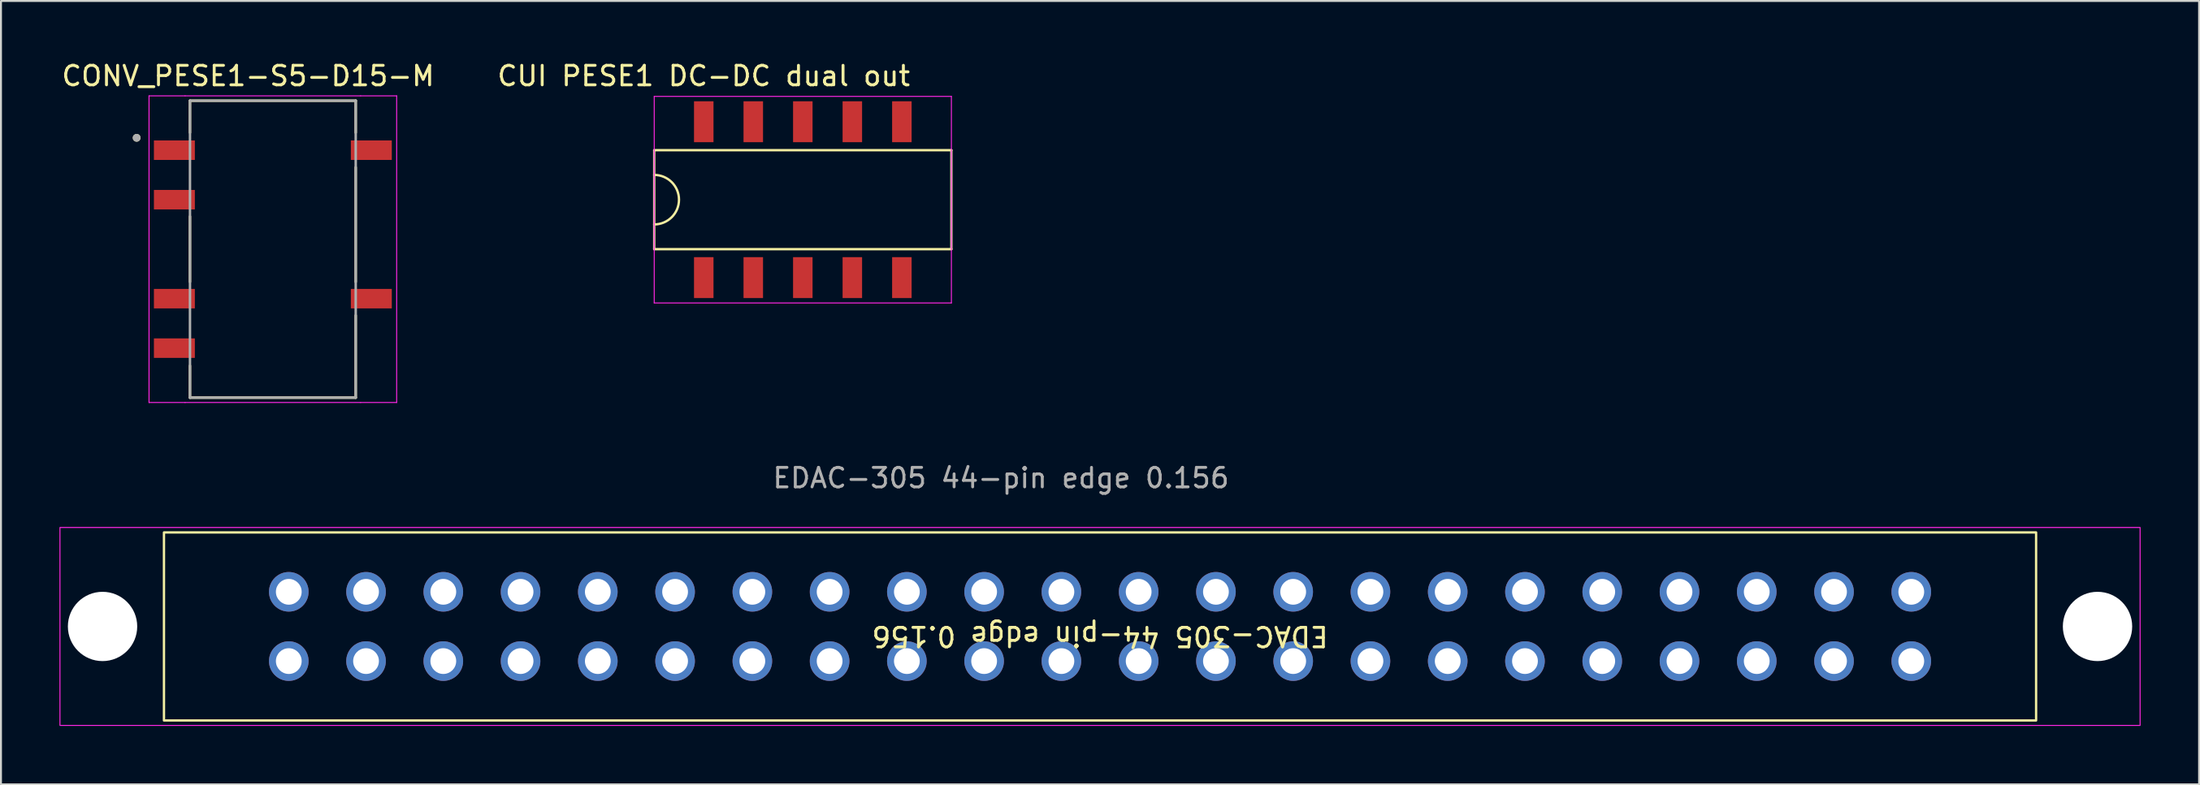
<source format=kicad_pcb>
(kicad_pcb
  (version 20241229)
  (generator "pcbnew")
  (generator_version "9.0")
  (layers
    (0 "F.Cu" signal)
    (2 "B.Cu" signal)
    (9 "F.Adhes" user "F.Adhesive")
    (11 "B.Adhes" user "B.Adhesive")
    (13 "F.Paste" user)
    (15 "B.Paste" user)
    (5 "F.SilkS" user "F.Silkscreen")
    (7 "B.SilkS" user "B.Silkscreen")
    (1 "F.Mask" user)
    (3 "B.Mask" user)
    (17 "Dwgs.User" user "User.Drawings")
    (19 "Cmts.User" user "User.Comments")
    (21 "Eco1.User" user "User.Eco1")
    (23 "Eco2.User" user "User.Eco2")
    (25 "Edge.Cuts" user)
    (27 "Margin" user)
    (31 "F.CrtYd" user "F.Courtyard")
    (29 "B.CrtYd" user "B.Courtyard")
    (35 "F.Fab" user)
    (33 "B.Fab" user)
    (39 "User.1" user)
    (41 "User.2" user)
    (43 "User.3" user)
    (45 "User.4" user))
  (footprint "CONV_PESE1-S5-D15-M"
    (layer "F.Cu")
    (at 10.943 9.738)
    (property "Reference" "CONV_PESE1-S5-D15-M" (at -1.27 -8.89 0) (layer "F.SilkS") (effects (font (size 1 1) (thickness 0.15))))
    (attr through_hole)
    (fp_line (start -4.25 -7.62) (end -4.25 -5.98) (stroke (width 0.127) (type solid)) (layer "F.SilkS"))
    (fp_line (start -4.25 -7.62) (end 4.25 -7.62) (stroke (width 0.127) (type solid)) (layer "F.SilkS"))
    (fp_line (start -4.25 -1.68) (end -4.25 1.68) (stroke (width 0.127) (type solid)) (layer "F.SilkS"))
    (fp_line (start -4.25 7.62) (end -4.25 5.98) (stroke (width 0.127) (type solid)) (layer "F.SilkS"))
    (fp_line (start 4.25 -7.62) (end 4.25 -5.98) (stroke (width 0.127) (type solid)) (layer "F.SilkS"))
    (fp_line (start 4.25 -4.2) (end 4.25 1.68) (stroke (width 0.127) (type solid)) (layer "F.SilkS"))
    (fp_line (start 4.25 7.62) (end -4.25 7.62) (stroke (width 0.127) (type solid)) (layer "F.SilkS"))
    (fp_line (start 4.25 7.62) (end 4.25 3.4) (stroke (width 0.127) (type solid)) (layer "F.SilkS"))
    (fp_circle (center -6.985 -5.715) (end -6.885 -5.715) (stroke (width 0.2) (type solid)) (fill no) (layer "F.SilkS"))
    (fp_line (start -6.35 -7.87) (end -6.35 7.87) (stroke (width 0.05) (type solid)) (layer "F.CrtYd"))
    (fp_line (start -6.35 7.87) (end -4.5 7.87) (stroke (width 0.05) (type solid)) (layer "F.CrtYd"))
    (fp_line (start -4.5 -7.87) (end -6.35 -7.87) (stroke (width 0.05) (type solid)) (layer "F.CrtYd"))
    (fp_line (start -4.5 7.87) (end 4.5 7.87) (stroke (width 0.05) (type solid)) (layer "F.CrtYd"))
    (fp_line (start 4.5 -7.87) (end -4.5 -7.87) (stroke (width 0.05) (type solid)) (layer "F.CrtYd"))
    (fp_line (start 4.5 7.87) (end 6.35 7.87) (stroke (width 0.05) (type solid)) (layer "F.CrtYd"))
    (fp_line (start 6.35 -7.87) (end 4.5 -7.87) (stroke (width 0.05) (type solid)) (layer "F.CrtYd"))
    (fp_line (start 6.35 7.87) (end 6.35 -7.87) (stroke (width 0.05) (type solid)) (layer "F.CrtYd"))
    (fp_line (start -4.25 -7.62) (end 4.25 -7.62) (stroke (width 0.127) (type solid)) (layer "F.Fab"))
    (fp_line (start -4.25 7.62) (end -4.25 -7.62) (stroke (width 0.127) (type solid)) (layer "F.Fab"))
    (fp_line (start 4.25 -7.62) (end 4.25 7.62) (stroke (width 0.127) (type solid)) (layer "F.Fab"))
    (fp_line (start 4.25 7.62) (end -4.25 7.62) (stroke (width 0.127) (type solid)) (layer "F.Fab"))
    (fp_circle (center -6.985 -5.715) (end -6.885 -5.715) (stroke (width 0.2) (type solid)) (fill no) (layer "F.Fab"))
    (pad "1" smd rect (at -5.05 -5.08) (size 2.1 1) (layers "F.Cu" "F.Mask" "F.Paste"))
    (pad "2" smd rect (at -5.05 -2.54) (size 2.1 1) (layers "F.Cu" "F.Mask" "F.Paste"))
    (pad "4" smd rect (at -5.05 2.54) (size 2.1 1) (layers "F.Cu" "F.Mask" "F.Paste"))
    (pad "5" smd rect (at -5.05 5.08) (size 2.1 1) (layers "F.Cu" "F.Mask" "F.Paste"))
    (pad "7" smd rect (at 5.05 2.54) (size 2.1 1) (layers "F.Cu" "F.Mask" "F.Paste"))
    (pad "10" smd rect (at 5.05 -5.08) (size 2.1 1) (layers "F.Cu" "F.Mask" "F.Paste")))
  (footprint "CUI PESE1 DC-DC dual out"
    (layer "F.Cu")
    (at 38.122 7.198)
    (property "Reference" "CUI PESE1 DC-DC dual out" (at -5.08 -6.35 0) (layer "F.SilkS") (effects (font (size 1 1) (thickness 0.15))))
    (attr through_hole)
    (fp_line (start -7.62 -2.54) (end 7.62 -2.54) (stroke (width 0.12) (type solid)) (layer "F.SilkS"))
    (fp_line (start -7.62 2.54) (end -7.62 -2.54) (stroke (width 0.12) (type solid)) (layer "F.SilkS"))
    (fp_line (start 7.62 -2.54) (end 7.62 2.54) (stroke (width 0.12) (type solid)) (layer "F.SilkS"))
    (fp_line (start 7.62 2.54) (end -7.62 2.54) (stroke (width 0.12) (type solid)) (layer "F.SilkS"))
    (fp_arc (start -7.62 -1.27) (mid -6.35 0) (end -7.62 1.27) (stroke (width 0.12) (type solid)) (layer "F.SilkS"))
    (fp_line (start -7.62 -5.3) (end 7.62 -5.3) (stroke (width 0.05) (type solid)) (layer "F.CrtYd"))
    (fp_line (start -7.62 5.3) (end -7.62 -5.3) (stroke (width 0.05) (type solid)) (layer "F.CrtYd"))
    (fp_line (start 7.62 -5.3) (end 7.62 5.3) (stroke (width 0.05) (type solid)) (layer "F.CrtYd"))
    (fp_line (start 7.62 5.3) (end -7.62 5.3) (stroke (width 0.05) (type solid)) (layer "F.CrtYd"))
    (pad "1" smd rect (at -5.08 4) (size 1 2.1) (layers "F.Cu" "F.Mask" "F.Paste"))
    (pad "2" smd rect (at -2.54 4) (size 1 2.1) (layers "F.Cu" "F.Mask" "F.Paste"))
    (pad "3" smd rect (at 0 4) (size 1 2.1) (layers "F.Cu" "F.Mask" "F.Paste"))
    (pad "4" smd rect (at 2.54 4) (size 1 2.1) (layers "F.Cu" "F.Mask" "F.Paste"))
    (pad "5" smd rect (at 5.08 4) (size 1 2.1) (layers "F.Cu" "F.Mask" "F.Paste"))
    (pad "6" smd rect (at 5.08 -4) (size 1 2.1) (layers "F.Cu" "F.Mask" "F.Paste"))
    (pad "7" smd rect (at 2.54 -4) (size 1 2.1) (layers "F.Cu" "F.Mask" "F.Paste"))
    (pad "8" smd rect (at 0 -4) (size 1 2.1) (layers "F.Cu" "F.Mask" "F.Paste"))
    (pad "9" smd rect (at -2.54 -4) (size 1 2.1) (layers "F.Cu" "F.Mask" "F.Paste"))
    (pad "10" smd rect (at -5.08 -4) (size 1 2.1) (layers "F.Cu" "F.Mask" "F.Paste")))
  (footprint "EDAC-305 44-pin edge 0.156"
    (layer "F.Cu")
    (at 53.365 29.102)
    (property "Reference" "EDAC-305 44-pin edge 0.156" (at 0 0.5 180) (unlocked yes) (layer "F.SilkS") (effects (font (size 1 1) (thickness 0.15))))
    (attr through_hole)
    (fp_rect (start -48.006 -4.826) (end 48.006 4.826) (stroke (width 0.12) (type solid)) (fill no) (layer "F.SilkS"))
    (fp_rect (start -53.34 -5.08) (end 53.34 5.08) (stroke (width 0.05) (type solid)) (fill no) (layer "F.CrtYd"))
    (fp_text user "${REFERENCE}" (at -5.08 -7.62 0) (unlocked yes) (layer "F.Fab") (effects (font (size 1 1) (thickness 0.15))))
    (pad "" np_thru_hole circle (at -51.156 0) (size 3.556 3.556) (drill 3.556) (layers "*.Cu" "*.Mask"))
    (pad "" np_thru_hole circle (at 51.156 0) (size 3.556 3.556) (drill 3.556) (layers "*.Cu" "*.Mask"))
    (pad "1" thru_hole circle (at -41.605 1.778 180) (size 2.032 2.032) (drill 1.321) (layers "*.Cu" "*.Mask"))
    (pad "2" thru_hole circle (at -37.643 1.778 180) (size 2.032 2.032) (drill 1.321) (layers "*.Cu" "*.Mask"))
    (pad "3" thru_hole circle (at -33.68 1.778 180) (size 2.032 2.032) (drill 1.321) (layers "*.Cu" "*.Mask"))
    (pad "4" thru_hole circle (at -29.718 1.778 180) (size 2.032 2.032) (drill 1.321) (layers "*.Cu" "*.Mask"))
    (pad "5" thru_hole circle (at -25.756 1.778 180) (size 2.032 2.032) (drill 1.321) (layers "*.Cu" "*.Mask"))
    (pad "6" thru_hole circle (at -21.793 1.778 180) (size 2.032 2.032) (drill 1.321) (layers "*.Cu" "*.Mask"))
    (pad "7" thru_hole circle (at -17.831 1.778 180) (size 2.032 2.032) (drill 1.321) (layers "*.Cu" "*.Mask"))
    (pad "8" thru_hole circle (at -13.868 1.778 180) (size 2.032 2.032) (drill 1.321) (layers "*.Cu" "*.Mask"))
    (pad "9" thru_hole circle (at -9.906 1.778 180) (size 2.032 2.032) (drill 1.321) (layers "*.Cu" "*.Mask"))
    (pad "10" thru_hole circle (at -5.944 1.778 180) (size 2.032 2.032) (drill 1.321) (layers "*.Cu" "*.Mask"))
    (pad "11" thru_hole circle (at -1.981 1.778 180) (size 2.032 2.032) (drill 1.321) (layers "*.Cu" "*.Mask"))
    (pad "12" thru_hole circle (at 1.981 1.778 180) (size 2.032 2.032) (drill 1.321) (layers "*.Cu" "*.Mask"))
    (pad "13" thru_hole circle (at 5.944 1.778 180) (size 2.032 2.032) (drill 1.321) (layers "*.Cu" "*.Mask"))
    (pad "14" thru_hole circle (at 9.906 1.778 180) (size 2.032 2.032) (drill 1.321) (layers "*.Cu" "*.Mask"))
    (pad "15" thru_hole circle (at 13.868 1.778 180) (size 2.032 2.032) (drill 1.321) (layers "*.Cu" "*.Mask"))
    (pad "16" thru_hole circle (at 17.831 1.778 180) (size 2.032 2.032) (drill 1.321) (layers "*.Cu" "*.Mask"))
    (pad "17" thru_hole circle (at 21.793 1.778 180) (size 2.032 2.032) (drill 1.321) (layers "*.Cu" "*.Mask"))
    (pad "18" thru_hole circle (at 25.756 1.778 180) (size 2.032 2.032) (drill 1.321) (layers "*.Cu" "*.Mask"))
    (pad "19" thru_hole circle (at 29.718 1.778 180) (size 2.032 2.032) (drill 1.321) (layers "*.Cu" "*.Mask"))
    (pad "20" thru_hole circle (at 33.68 1.778 180) (size 2.032 2.032) (drill 1.321) (layers "*.Cu" "*.Mask"))
    (pad "21" thru_hole circle (at 37.643 1.778 180) (size 2.032 2.032) (drill 1.321) (layers "*.Cu" "*.Mask"))
    (pad "22" thru_hole circle (at 41.605 1.778 180) (size 2.032 2.032) (drill 1.321) (layers "*.Cu" "*.Mask"))
    (pad "A" thru_hole circle (at -41.605 -1.778 180) (size 2.032 2.032) (drill 1.321) (layers "*.Cu" "*.Mask"))
    (pad "B" thru_hole circle (at -37.643 -1.778 180) (size 2.032 2.032) (drill 1.321) (layers "*.Cu" "*.Mask"))
    (pad "C" thru_hole circle (at -33.68 -1.778 180) (size 2.032 2.032) (drill 1.321) (layers "*.Cu" "*.Mask"))
    (pad "D" thru_hole circle (at -29.718 -1.778 180) (size 2.032 2.032) (drill 1.321) (layers "*.Cu" "*.Mask"))
    (pad "E" thru_hole circle (at -25.756 -1.778 180) (size 2.032 2.032) (drill 1.321) (layers "*.Cu" "*.Mask"))
    (pad "F" thru_hole circle (at -21.793 -1.778 180) (size 2.032 2.032) (drill 1.321) (layers "*.Cu" "*.Mask"))
    (pad "H" thru_hole circle (at -17.831 -1.778 180) (size 2.032 2.032) (drill 1.321) (layers "*.Cu" "*.Mask"))
    (pad "J" thru_hole circle (at -13.868 -1.778 180) (size 2.032 2.032) (drill 1.321) (layers "*.Cu" "*.Mask"))
    (pad "K" thru_hole circle (at -9.906 -1.778 180) (size 2.032 2.032) (drill 1.321) (layers "*.Cu" "*.Mask"))
    (pad "L" thru_hole circle (at -5.944 -1.778 180) (size 2.032 2.032) (drill 1.321) (layers "*.Cu" "*.Mask"))
    (pad "M" thru_hole circle (at -1.981 -1.778 180) (size 2.032 2.032) (drill 1.321) (layers "*.Cu" "*.Mask"))
    (pad "N" thru_hole circle (at 1.981 -1.778 180) (size 2.032 2.032) (drill 1.321) (layers "*.Cu" "*.Mask"))
    (pad "P" thru_hole circle (at 5.944 -1.778 180) (size 2.032 2.032) (drill 1.321) (layers "*.Cu" "*.Mask"))
    (pad "R" thru_hole circle (at 9.906 -1.778 180) (size 2.032 2.032) (drill 1.321) (layers "*.Cu" "*.Mask"))
    (pad "S" thru_hole circle (at 13.868 -1.778 180) (size 2.032 2.032) (drill 1.321) (layers "*.Cu" "*.Mask"))
    (pad "T" thru_hole circle (at 17.831 -1.778 180) (size 2.032 2.032) (drill 1.321) (layers "*.Cu" "*.Mask"))
    (pad "U" thru_hole circle (at 21.793 -1.778 180) (size 2.032 2.032) (drill 1.321) (layers "*.Cu" "*.Mask"))
    (pad "V" thru_hole circle (at 25.756 -1.778 180) (size 2.032 2.032) (drill 1.321) (layers "*.Cu" "*.Mask"))
    (pad "W" thru_hole circle (at 29.718 -1.778 180) (size 2.032 2.032) (drill 1.321) (layers "*.Cu" "*.Mask"))
    (pad "X" thru_hole circle (at 33.68 -1.778 180) (size 2.032 2.032) (drill 1.321) (layers "*.Cu" "*.Mask"))
    (pad "Y" thru_hole circle (at 37.643 -1.778 180) (size 2.032 2.032) (drill 1.321) (layers "*.Cu" "*.Mask"))
    (pad "Z" thru_hole circle (at 41.605 -1.778 180) (size 2.032 2.032) (drill 1.321) (layers "*.Cu" "*.Mask")))
  (gr_rect
    (start -3 -3)
    (end 109.73 37.206)
    (stroke (width 0.1) (type default))
    (fill no)
    (layer "Edge.Cuts")))
</source>
